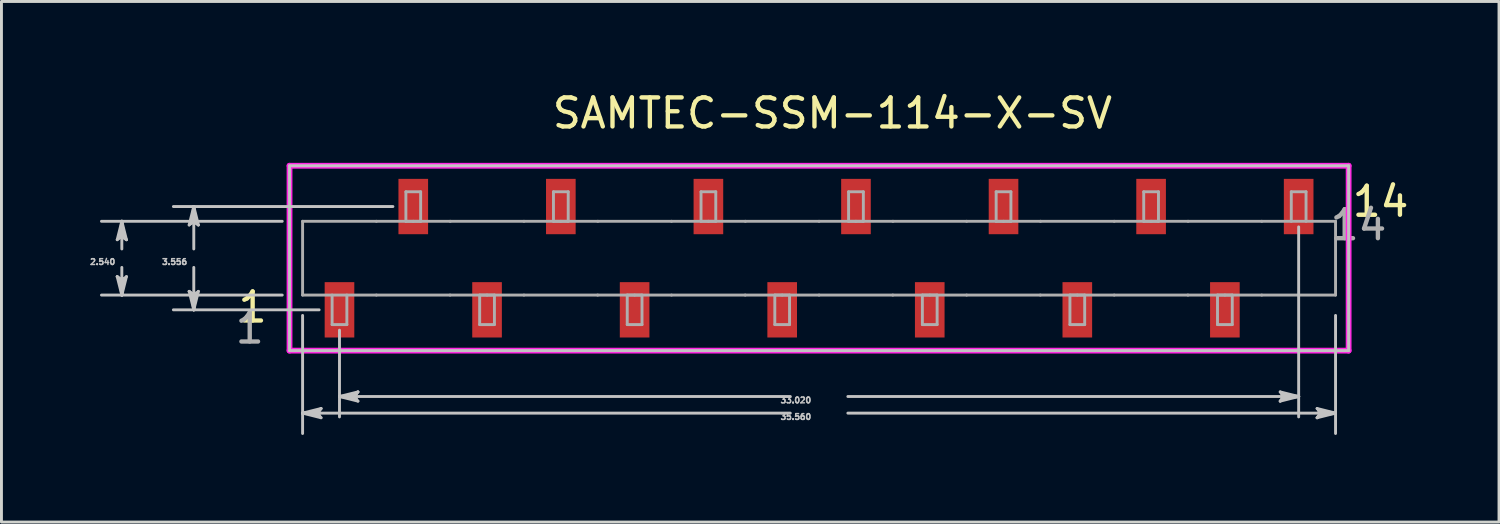
<source format=kicad_pcb>
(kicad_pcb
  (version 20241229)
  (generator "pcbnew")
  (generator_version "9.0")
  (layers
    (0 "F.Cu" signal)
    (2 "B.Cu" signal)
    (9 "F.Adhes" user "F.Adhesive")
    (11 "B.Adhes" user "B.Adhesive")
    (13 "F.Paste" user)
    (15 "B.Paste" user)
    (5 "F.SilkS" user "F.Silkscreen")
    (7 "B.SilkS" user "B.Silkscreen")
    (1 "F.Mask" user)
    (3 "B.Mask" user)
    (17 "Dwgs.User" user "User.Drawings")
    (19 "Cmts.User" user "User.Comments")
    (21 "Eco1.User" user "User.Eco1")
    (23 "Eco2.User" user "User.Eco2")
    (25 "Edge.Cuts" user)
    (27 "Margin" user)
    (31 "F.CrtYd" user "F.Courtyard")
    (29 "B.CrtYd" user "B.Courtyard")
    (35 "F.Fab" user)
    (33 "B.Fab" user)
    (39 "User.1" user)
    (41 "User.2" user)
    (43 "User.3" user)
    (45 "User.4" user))
  (footprint "SAMTEC-SSM-114-X-SV"
    (layer "F.Cu")
    (at 25.147 5.838)
    (property "Reference" "SAMTEC-SSM-114-X-SV" (at 0.46 -4.99 0) (layer "F.SilkS") (effects (font (size 1 1) (thickness 0.15))))
    (attr smd)
    (fp_poly (pts (xy -17.071 0.775) (xy -15.949 0.775) (xy -15.949 2.782) (xy -17.071 2.782)) (stroke (width 0.01) (type solid)) (fill yes) (layer "F.Mask"))
    (fp_poly (pts (xy -14.531 -2.781) (xy -13.409 -2.781) (xy -13.409 -0.774) (xy -14.531 -0.774)) (stroke (width 0.01) (type solid)) (fill yes) (layer "F.Mask"))
    (fp_poly (pts (xy -11.991 0.775) (xy -10.869 0.775) (xy -10.869 2.782) (xy -11.991 2.782)) (stroke (width 0.01) (type solid)) (fill yes) (layer "F.Mask"))
    (fp_poly (pts (xy -9.451 -2.781) (xy -8.329 -2.781) (xy -8.329 -0.774) (xy -9.451 -0.774)) (stroke (width 0.01) (type solid)) (fill yes) (layer "F.Mask"))
    (fp_poly (pts (xy -6.911 0.775) (xy -5.789 0.775) (xy -5.789 2.782) (xy -6.911 2.782)) (stroke (width 0.01) (type solid)) (fill yes) (layer "F.Mask"))
    (fp_poly (pts (xy -4.371 -2.781) (xy -3.249 -2.781) (xy -3.249 -0.774) (xy -4.371 -0.774)) (stroke (width 0.01) (type solid)) (fill yes) (layer "F.Mask"))
    (fp_poly (pts (xy -1.831 0.775) (xy -0.709 0.775) (xy -0.709 2.782) (xy -1.831 2.782)) (stroke (width 0.01) (type solid)) (fill yes) (layer "F.Mask"))
    (fp_poly (pts (xy 0.709 -2.781) (xy 1.831 -2.781) (xy 1.831 -0.774) (xy 0.709 -0.774)) (stroke (width 0.01) (type solid)) (fill yes) (layer "F.Mask"))
    (fp_poly (pts (xy 3.249 0.775) (xy 4.371 0.775) (xy 4.371 2.782) (xy 3.249 2.782)) (stroke (width 0.01) (type solid)) (fill yes) (layer "F.Mask"))
    (fp_poly (pts (xy 5.789 -2.781) (xy 6.911 -2.781) (xy 6.911 -0.774) (xy 5.789 -0.774)) (stroke (width 0.01) (type solid)) (fill yes) (layer "F.Mask"))
    (fp_poly (pts (xy 8.329 0.775) (xy 9.451 0.775) (xy 9.451 2.782) (xy 8.329 2.782)) (stroke (width 0.01) (type solid)) (fill yes) (layer "F.Mask"))
    (fp_poly (pts (xy 10.869 -2.781) (xy 11.991 -2.781) (xy 11.991 -0.774) (xy 10.869 -0.774)) (stroke (width 0.01) (type solid)) (fill yes) (layer "F.Mask"))
    (fp_poly (pts (xy 13.409 0.775) (xy 14.531 0.775) (xy 14.531 2.782) (xy 13.409 2.782)) (stroke (width 0.01) (type solid)) (fill yes) (layer "F.Mask"))
    (fp_poly (pts (xy 15.949 -2.781) (xy 17.071 -2.781) (xy 17.071 -0.774) (xy 15.949 -0.774)) (stroke (width 0.01) (type solid)) (fill yes) (layer "F.Mask"))
    (fp_poly (pts (xy -17.02 0.826) (xy -16 0.826) (xy -16 2.731) (xy -17.02 2.731)) (stroke (width 0.01) (type solid)) (fill yes) (layer "F.Paste"))
    (fp_poly (pts (xy -14.48 -2.73) (xy -13.46 -2.73) (xy -13.46 -0.825) (xy -14.48 -0.825)) (stroke (width 0.01) (type solid)) (fill yes) (layer "F.Paste"))
    (fp_poly (pts (xy -11.94 0.826) (xy -10.92 0.826) (xy -10.92 2.731) (xy -11.94 2.731)) (stroke (width 0.01) (type solid)) (fill yes) (layer "F.Paste"))
    (fp_poly (pts (xy -9.4 -2.73) (xy -8.38 -2.73) (xy -8.38 -0.825) (xy -9.4 -0.825)) (stroke (width 0.01) (type solid)) (fill yes) (layer "F.Paste"))
    (fp_poly (pts (xy -6.86 0.826) (xy -5.84 0.826) (xy -5.84 2.731) (xy -6.86 2.731)) (stroke (width 0.01) (type solid)) (fill yes) (layer "F.Paste"))
    (fp_poly (pts (xy -4.32 -2.73) (xy -3.3 -2.73) (xy -3.3 -0.825) (xy -4.32 -0.825)) (stroke (width 0.01) (type solid)) (fill yes) (layer "F.Paste"))
    (fp_poly (pts (xy -1.78 0.826) (xy -0.76 0.826) (xy -0.76 2.731) (xy -1.78 2.731)) (stroke (width 0.01) (type solid)) (fill yes) (layer "F.Paste"))
    (fp_poly (pts (xy 0.76 -2.73) (xy 1.78 -2.73) (xy 1.78 -0.825) (xy 0.76 -0.825)) (stroke (width 0.01) (type solid)) (fill yes) (layer "F.Paste"))
    (fp_poly (pts (xy 3.3 0.826) (xy 4.32 0.826) (xy 4.32 2.731) (xy 3.3 2.731)) (stroke (width 0.01) (type solid)) (fill yes) (layer "F.Paste"))
    (fp_poly (pts (xy 5.84 -2.73) (xy 6.86 -2.73) (xy 6.86 -0.825) (xy 5.84 -0.825)) (stroke (width 0.01) (type solid)) (fill yes) (layer "F.Paste"))
    (fp_poly (pts (xy 8.38 0.826) (xy 9.4 0.826) (xy 9.4 2.731) (xy 8.38 2.731)) (stroke (width 0.01) (type solid)) (fill yes) (layer "F.Paste"))
    (fp_poly (pts (xy 10.92 -2.73) (xy 11.94 -2.73) (xy 11.94 -0.825) (xy 10.92 -0.825)) (stroke (width 0.01) (type solid)) (fill yes) (layer "F.Paste"))
    (fp_poly (pts (xy 13.46 0.826) (xy 14.48 0.826) (xy 14.48 2.731) (xy 13.46 2.731)) (stroke (width 0.01) (type solid)) (fill yes) (layer "F.Paste"))
    (fp_poly (pts (xy 16 -2.73) (xy 17.02 -2.73) (xy 17.02 -0.825) (xy 16 -0.825)) (stroke (width 0.01) (type solid)) (fill yes) (layer "F.Paste"))
    (fp_line (start -24.162 -0.635) (end -24.003 -0.762) (stroke (width 0.1) (type solid)) (layer "Dwgs.User"))
    (fp_line (start -24.162 0.635) (end -24.003 1.27) (stroke (width 0.1) (type solid)) (layer "Dwgs.User"))
    (fp_line (start -24.082 -0.698) (end -24.003 -0.762) (stroke (width 0.1) (type solid)) (layer "Dwgs.User"))
    (fp_line (start -24.082 0.698) (end -24.162 0.635) (stroke (width 0.1) (type solid)) (layer "Dwgs.User"))
    (fp_line (start -24.003 -1.27) (end -24.162 -0.635) (stroke (width 0.1) (type solid)) (layer "Dwgs.User"))
    (fp_line (start -24.003 -1.27) (end -24.082 -0.698) (stroke (width 0.1) (type solid)) (layer "Dwgs.User"))
    (fp_line (start -24.003 -1.27) (end -23.924 -0.698) (stroke (width 0.1) (type solid)) (layer "Dwgs.User"))
    (fp_line (start -24.003 -0.762) (end -24.003 -1.27) (stroke (width 0.1) (type solid)) (layer "Dwgs.User"))
    (fp_line (start -24.003 -0.762) (end -23.844 -0.635) (stroke (width 0.1) (type solid)) (layer "Dwgs.User"))
    (fp_line (start -24.003 -0.318) (end -24.003 -1.27) (stroke (width 0.1) (type solid)) (layer "Dwgs.User"))
    (fp_line (start -24.003 0.318) (end -24.003 1.27) (stroke (width 0.1) (type solid)) (layer "Dwgs.User"))
    (fp_line (start -24.003 0.762) (end -24.162 0.635) (stroke (width 0.1) (type solid)) (layer "Dwgs.User"))
    (fp_line (start -24.003 0.762) (end -24.003 1.27) (stroke (width 0.1) (type solid)) (layer "Dwgs.User"))
    (fp_line (start -24.003 1.27) (end -24.082 0.698) (stroke (width 0.1) (type solid)) (layer "Dwgs.User"))
    (fp_line (start -24.003 1.27) (end -23.924 0.698) (stroke (width 0.1) (type solid)) (layer "Dwgs.User"))
    (fp_line (start -24.003 1.27) (end -23.844 0.635) (stroke (width 0.1) (type solid)) (layer "Dwgs.User"))
    (fp_line (start -23.924 -0.698) (end -23.844 -0.635) (stroke (width 0.1) (type solid)) (layer "Dwgs.User"))
    (fp_line (start -23.924 0.698) (end -24.003 0.762) (stroke (width 0.1) (type solid)) (layer "Dwgs.User"))
    (fp_line (start -23.844 -0.635) (end -24.003 -1.27) (stroke (width 0.1) (type solid)) (layer "Dwgs.User"))
    (fp_line (start -23.844 0.635) (end -24.003 0.762) (stroke (width 0.1) (type solid)) (layer "Dwgs.User"))
    (fp_line (start -21.685 -1.143) (end -21.526 -1.27) (stroke (width 0.1) (type solid)) (layer "Dwgs.User"))
    (fp_line (start -21.685 1.143) (end -21.526 1.778) (stroke (width 0.1) (type solid)) (layer "Dwgs.User"))
    (fp_line (start -21.606 -1.206) (end -21.526 -1.27) (stroke (width 0.1) (type solid)) (layer "Dwgs.User"))
    (fp_line (start -21.606 1.206) (end -21.685 1.143) (stroke (width 0.1) (type solid)) (layer "Dwgs.User"))
    (fp_line (start -21.526 -1.778) (end -21.685 -1.143) (stroke (width 0.1) (type solid)) (layer "Dwgs.User"))
    (fp_line (start -21.526 -1.778) (end -21.606 -1.206) (stroke (width 0.1) (type solid)) (layer "Dwgs.User"))
    (fp_line (start -21.526 -1.778) (end -21.447 -1.206) (stroke (width 0.1) (type solid)) (layer "Dwgs.User"))
    (fp_line (start -21.526 -1.27) (end -21.526 -1.778) (stroke (width 0.1) (type solid)) (layer "Dwgs.User"))
    (fp_line (start -21.526 -1.27) (end -21.368 -1.143) (stroke (width 0.1) (type solid)) (layer "Dwgs.User"))
    (fp_line (start -21.526 -0.318) (end -21.526 -1.778) (stroke (width 0.1) (type solid)) (layer "Dwgs.User"))
    (fp_line (start -21.526 0.318) (end -21.526 1.778) (stroke (width 0.1) (type solid)) (layer "Dwgs.User"))
    (fp_line (start -21.526 1.27) (end -21.685 1.143) (stroke (width 0.1) (type solid)) (layer "Dwgs.User"))
    (fp_line (start -21.526 1.27) (end -21.526 1.778) (stroke (width 0.1) (type solid)) (layer "Dwgs.User"))
    (fp_line (start -21.526 1.778) (end -21.606 1.206) (stroke (width 0.1) (type solid)) (layer "Dwgs.User"))
    (fp_line (start -21.526 1.778) (end -21.447 1.206) (stroke (width 0.1) (type solid)) (layer "Dwgs.User"))
    (fp_line (start -21.526 1.778) (end -21.368 1.143) (stroke (width 0.1) (type solid)) (layer "Dwgs.User"))
    (fp_line (start -21.447 -1.206) (end -21.368 -1.143) (stroke (width 0.1) (type solid)) (layer "Dwgs.User"))
    (fp_line (start -21.447 1.206) (end -21.526 1.27) (stroke (width 0.1) (type solid)) (layer "Dwgs.User"))
    (fp_line (start -21.368 -1.143) (end -21.526 -1.778) (stroke (width 0.1) (type solid)) (layer "Dwgs.User"))
    (fp_line (start -21.368 1.143) (end -21.526 1.27) (stroke (width 0.1) (type solid)) (layer "Dwgs.User"))
    (fp_line (start -18.481 -1.27) (end -24.704 -1.27) (stroke (width 0.1) (type solid)) (layer "Dwgs.User"))
    (fp_line (start -18.481 1.27) (end -24.704 1.27) (stroke (width 0.1) (type solid)) (layer "Dwgs.User"))
    (fp_line (start -18.23 -3.182) (end -18.23 3.182) (stroke (width 0.1) (type solid)) (layer "Dwgs.User"))
    (fp_line (start -18.23 3.182) (end 18.23 3.182) (stroke (width 0.1) (type solid)) (layer "Dwgs.User"))
    (fp_line (start -17.78 1.971) (end -17.78 6.035) (stroke (width 0.1) (type solid)) (layer "Dwgs.User"))
    (fp_line (start -17.78 5.334) (end -17.208 5.255) (stroke (width 0.1) (type solid)) (layer "Dwgs.User"))
    (fp_line (start -17.78 5.334) (end -17.208 5.413) (stroke (width 0.1) (type solid)) (layer "Dwgs.User"))
    (fp_line (start -17.78 5.334) (end -17.145 5.493) (stroke (width 0.1) (type solid)) (layer "Dwgs.User"))
    (fp_line (start -17.272 5.334) (end -17.78 5.334) (stroke (width 0.1) (type solid)) (layer "Dwgs.User"))
    (fp_line (start -17.272 5.334) (end -17.145 5.175) (stroke (width 0.1) (type solid)) (layer "Dwgs.User"))
    (fp_line (start -17.211 1.778) (end -22.228 1.778) (stroke (width 0.1) (type solid)) (layer "Dwgs.User"))
    (fp_line (start -17.208 5.255) (end -17.145 5.175) (stroke (width 0.1) (type solid)) (layer "Dwgs.User"))
    (fp_line (start -17.208 5.413) (end -17.272 5.334) (stroke (width 0.1) (type solid)) (layer "Dwgs.User"))
    (fp_line (start -17.145 5.175) (end -17.78 5.334) (stroke (width 0.1) (type solid)) (layer "Dwgs.User"))
    (fp_line (start -17.145 5.493) (end -17.272 5.334) (stroke (width 0.1) (type solid)) (layer "Dwgs.User"))
    (fp_line (start -16.51 2.479) (end -16.51 5.464) (stroke (width 0.1) (type solid)) (layer "Dwgs.User"))
    (fp_line (start -16.51 4.762) (end -15.938 4.683) (stroke (width 0.1) (type solid)) (layer "Dwgs.User"))
    (fp_line (start -16.51 4.762) (end -15.938 4.842) (stroke (width 0.1) (type solid)) (layer "Dwgs.User"))
    (fp_line (start -16.51 4.762) (end -15.875 4.921) (stroke (width 0.1) (type solid)) (layer "Dwgs.User"))
    (fp_line (start -16.002 4.762) (end -16.51 4.762) (stroke (width 0.1) (type solid)) (layer "Dwgs.User"))
    (fp_line (start -16.002 4.762) (end -15.875 4.604) (stroke (width 0.1) (type solid)) (layer "Dwgs.User"))
    (fp_line (start -15.938 4.683) (end -15.875 4.604) (stroke (width 0.1) (type solid)) (layer "Dwgs.User"))
    (fp_line (start -15.938 4.842) (end -16.002 4.762) (stroke (width 0.1) (type solid)) (layer "Dwgs.User"))
    (fp_line (start -15.875 4.604) (end -16.51 4.762) (stroke (width 0.1) (type solid)) (layer "Dwgs.User"))
    (fp_line (start -15.875 4.921) (end -16.002 4.762) (stroke (width 0.1) (type solid)) (layer "Dwgs.User"))
    (fp_line (start -14.671 -1.778) (end -22.228 -1.778) (stroke (width 0.1) (type solid)) (layer "Dwgs.User"))
    (fp_line (start -0.991 4.762) (end -16.51 4.762) (stroke (width 0.1) (type solid)) (layer "Dwgs.User"))
    (fp_line (start -0.991 5.334) (end -17.78 5.334) (stroke (width 0.1) (type solid)) (layer "Dwgs.User"))
    (fp_line (start 0.991 4.762) (end 16.51 4.762) (stroke (width 0.1) (type solid)) (layer "Dwgs.User"))
    (fp_line (start 0.991 5.334) (end 17.78 5.334) (stroke (width 0.1) (type solid)) (layer "Dwgs.User"))
    (fp_line (start 15.875 4.604) (end 16.002 4.762) (stroke (width 0.1) (type solid)) (layer "Dwgs.User"))
    (fp_line (start 15.875 4.921) (end 16.51 4.762) (stroke (width 0.1) (type solid)) (layer "Dwgs.User"))
    (fp_line (start 15.938 4.683) (end 16.002 4.762) (stroke (width 0.1) (type solid)) (layer "Dwgs.User"))
    (fp_line (start 15.938 4.842) (end 15.875 4.921) (stroke (width 0.1) (type solid)) (layer "Dwgs.User"))
    (fp_line (start 16.002 4.762) (end 15.875 4.921) (stroke (width 0.1) (type solid)) (layer "Dwgs.User"))
    (fp_line (start 16.002 4.762) (end 16.51 4.762) (stroke (width 0.1) (type solid)) (layer "Dwgs.User"))
    (fp_line (start 16.51 -1.077) (end 16.51 5.464) (stroke (width 0.1) (type solid)) (layer "Dwgs.User"))
    (fp_line (start 16.51 4.762) (end 15.875 4.604) (stroke (width 0.1) (type solid)) (layer "Dwgs.User"))
    (fp_line (start 16.51 4.762) (end 15.938 4.683) (stroke (width 0.1) (type solid)) (layer "Dwgs.User"))
    (fp_line (start 16.51 4.762) (end 15.938 4.842) (stroke (width 0.1) (type solid)) (layer "Dwgs.User"))
    (fp_line (start 17.145 5.175) (end 17.272 5.334) (stroke (width 0.1) (type solid)) (layer "Dwgs.User"))
    (fp_line (start 17.145 5.493) (end 17.78 5.334) (stroke (width 0.1) (type solid)) (layer "Dwgs.User"))
    (fp_line (start 17.208 5.255) (end 17.272 5.334) (stroke (width 0.1) (type solid)) (layer "Dwgs.User"))
    (fp_line (start 17.208 5.413) (end 17.145 5.493) (stroke (width 0.1) (type solid)) (layer "Dwgs.User"))
    (fp_line (start 17.272 5.334) (end 17.145 5.493) (stroke (width 0.1) (type solid)) (layer "Dwgs.User"))
    (fp_line (start 17.272 5.334) (end 17.78 5.334) (stroke (width 0.1) (type solid)) (layer "Dwgs.User"))
    (fp_line (start 17.78 1.971) (end 17.78 6.035) (stroke (width 0.1) (type solid)) (layer "Dwgs.User"))
    (fp_line (start 17.78 5.334) (end 17.145 5.175) (stroke (width 0.1) (type solid)) (layer "Dwgs.User"))
    (fp_line (start 17.78 5.334) (end 17.208 5.255) (stroke (width 0.1) (type solid)) (layer "Dwgs.User"))
    (fp_line (start 17.78 5.334) (end 17.208 5.413) (stroke (width 0.1) (type solid)) (layer "Dwgs.User"))
    (fp_line (start 18.23 -3.182) (end -18.23 -3.182) (stroke (width 0.1) (type solid)) (layer "Dwgs.User"))
    (fp_line (start 18.23 3.182) (end 18.23 -3.182) (stroke (width 0.1) (type solid)) (layer "Dwgs.User"))
    (fp_line (start -18.23 -3.182) (end -18.23 3.182) (stroke (width 0.2) (type solid)) (layer "F.CrtYd"))
    (fp_line (start -18.23 3.182) (end 18.23 3.182) (stroke (width 0.2) (type solid)) (layer "F.CrtYd"))
    (fp_line (start 18.23 -3.182) (end -18.23 -3.182) (stroke (width 0.2) (type solid)) (layer "F.CrtYd"))
    (fp_line (start 18.23 3.182) (end 18.23 -3.182) (stroke (width 0.2) (type solid)) (layer "F.CrtYd"))
    (fp_line (start -17.78 -1.27) (end -15.24 -1.27) (stroke (width 0.1) (type solid)) (layer "F.Fab"))
    (fp_line (start -17.78 1.27) (end -17.78 -1.27) (stroke (width 0.1) (type solid)) (layer "F.Fab"))
    (fp_line (start -16.764 1.27) (end -16.764 2.286) (stroke (width 0.1) (type solid)) (layer "F.Fab"))
    (fp_line (start -16.764 2.286) (end -16.256 2.286) (stroke (width 0.1) (type solid)) (layer "F.Fab"))
    (fp_line (start -16.256 2.286) (end -16.256 1.27) (stroke (width 0.1) (type solid)) (layer "F.Fab"))
    (fp_line (start -15.24 -1.27) (end -12.695 -1.27) (stroke (width 0.1) (type solid)) (layer "F.Fab"))
    (fp_line (start -15.24 1.27) (end -17.78 1.27) (stroke (width 0.1) (type solid)) (layer "F.Fab"))
    (fp_line (start -15.24 1.27) (end -12.7 1.27) (stroke (width 0.1) (type solid)) (layer "F.Fab"))
    (fp_line (start -14.224 -2.286) (end -14.224 -1.27) (stroke (width 0.1) (type solid)) (layer "F.Fab"))
    (fp_line (start -14.224 -1.27) (end -13.97 -1.27) (stroke (width 0.1) (type solid)) (layer "F.Fab"))
    (fp_line (start -13.97 -1.27) (end -13.716 -1.27) (stroke (width 0.1) (type solid)) (layer "F.Fab"))
    (fp_line (start -13.716 -2.286) (end -14.224 -2.286) (stroke (width 0.1) (type solid)) (layer "F.Fab"))
    (fp_line (start -13.716 -1.27) (end -13.716 -2.286) (stroke (width 0.1) (type solid)) (layer "F.Fab"))
    (fp_line (start -11.684 1.27) (end -11.684 2.286) (stroke (width 0.1) (type solid)) (layer "F.Fab"))
    (fp_line (start -11.684 2.286) (end -11.176 2.286) (stroke (width 0.1) (type solid)) (layer "F.Fab"))
    (fp_line (start -11.43 1.27) (end -11.684 1.27) (stroke (width 0.1) (type solid)) (layer "F.Fab"))
    (fp_line (start -11.176 1.27) (end -11.43 1.27) (stroke (width 0.1) (type solid)) (layer "F.Fab"))
    (fp_line (start -11.176 2.286) (end -11.176 1.27) (stroke (width 0.1) (type solid)) (layer "F.Fab"))
    (fp_line (start -10.16 -1.27) (end -12.7 -1.27) (stroke (width 0.1) (type solid)) (layer "F.Fab"))
    (fp_line (start -10.16 -1.27) (end -7.615 -1.27) (stroke (width 0.1) (type solid)) (layer "F.Fab"))
    (fp_line (start -10.16 1.27) (end -12.705 1.27) (stroke (width 0.1) (type solid)) (layer "F.Fab"))
    (fp_line (start -10.16 1.27) (end -7.62 1.27) (stroke (width 0.1) (type solid)) (layer "F.Fab"))
    (fp_line (start -9.144 -2.286) (end -9.144 -1.27) (stroke (width 0.1) (type solid)) (layer "F.Fab"))
    (fp_line (start -9.144 -1.27) (end -8.89 -1.27) (stroke (width 0.1) (type solid)) (layer "F.Fab"))
    (fp_line (start -8.89 -1.27) (end -8.636 -1.27) (stroke (width 0.1) (type solid)) (layer "F.Fab"))
    (fp_line (start -8.636 -2.286) (end -9.144 -2.286) (stroke (width 0.1) (type solid)) (layer "F.Fab"))
    (fp_line (start -8.636 -1.27) (end -8.636 -2.286) (stroke (width 0.1) (type solid)) (layer "F.Fab"))
    (fp_line (start -6.604 1.27) (end -6.604 2.286) (stroke (width 0.1) (type solid)) (layer "F.Fab"))
    (fp_line (start -6.604 2.286) (end -6.096 2.286) (stroke (width 0.1) (type solid)) (layer "F.Fab"))
    (fp_line (start -6.35 1.27) (end -6.604 1.27) (stroke (width 0.1) (type solid)) (layer "F.Fab"))
    (fp_line (start -6.096 1.27) (end -6.35 1.27) (stroke (width 0.1) (type solid)) (layer "F.Fab"))
    (fp_line (start -6.096 2.286) (end -6.096 1.27) (stroke (width 0.1) (type solid)) (layer "F.Fab"))
    (fp_line (start -5.08 -1.27) (end -7.62 -1.27) (stroke (width 0.1) (type solid)) (layer "F.Fab"))
    (fp_line (start -5.08 -1.27) (end -2.535 -1.27) (stroke (width 0.1) (type solid)) (layer "F.Fab"))
    (fp_line (start -5.08 1.27) (end -7.625 1.27) (stroke (width 0.1) (type solid)) (layer "F.Fab"))
    (fp_line (start -5.08 1.27) (end -2.54 1.27) (stroke (width 0.1) (type solid)) (layer "F.Fab"))
    (fp_line (start -4.064 -2.286) (end -4.064 -1.27) (stroke (width 0.1) (type solid)) (layer "F.Fab"))
    (fp_line (start -4.064 -1.27) (end -3.81 -1.27) (stroke (width 0.1) (type solid)) (layer "F.Fab"))
    (fp_line (start -3.81 -1.27) (end -3.556 -1.27) (stroke (width 0.1) (type solid)) (layer "F.Fab"))
    (fp_line (start -3.556 -2.286) (end -4.064 -2.286) (stroke (width 0.1) (type solid)) (layer "F.Fab"))
    (fp_line (start -3.556 -1.27) (end -3.556 -2.286) (stroke (width 0.1) (type solid)) (layer "F.Fab"))
    (fp_line (start -1.524 1.27) (end -1.524 2.286) (stroke (width 0.1) (type solid)) (layer "F.Fab"))
    (fp_line (start -1.524 2.286) (end -1.016 2.286) (stroke (width 0.1) (type solid)) (layer "F.Fab"))
    (fp_line (start -1.27 1.27) (end -1.524 1.27) (stroke (width 0.1) (type solid)) (layer "F.Fab"))
    (fp_line (start -1.016 1.27) (end -1.27 1.27) (stroke (width 0.1) (type solid)) (layer "F.Fab"))
    (fp_line (start -1.016 2.286) (end -1.016 1.27) (stroke (width 0.1) (type solid)) (layer "F.Fab"))
    (fp_line (start 0 -1.27) (end -2.54 -1.27) (stroke (width 0.1) (type solid)) (layer "F.Fab"))
    (fp_line (start 0 -1.27) (end 2.545 -1.27) (stroke (width 0.1) (type solid)) (layer "F.Fab"))
    (fp_line (start 0 1.27) (end -2.545 1.27) (stroke (width 0.1) (type solid)) (layer "F.Fab"))
    (fp_line (start 0 1.27) (end 2.54 1.27) (stroke (width 0.1) (type solid)) (layer "F.Fab"))
    (fp_line (start 1.016 -2.286) (end 1.016 -1.27) (stroke (width 0.1) (type solid)) (layer "F.Fab"))
    (fp_line (start 1.016 -1.27) (end 1.27 -1.27) (stroke (width 0.1) (type solid)) (layer "F.Fab"))
    (fp_line (start 1.27 -1.27) (end 1.524 -1.27) (stroke (width 0.1) (type solid)) (layer "F.Fab"))
    (fp_line (start 1.524 -2.286) (end 1.016 -2.286) (stroke (width 0.1) (type solid)) (layer "F.Fab"))
    (fp_line (start 1.524 -1.27) (end 1.524 -2.286) (stroke (width 0.1) (type solid)) (layer "F.Fab"))
    (fp_line (start 3.556 1.27) (end 3.556 2.286) (stroke (width 0.1) (type solid)) (layer "F.Fab"))
    (fp_line (start 3.556 2.286) (end 4.064 2.286) (stroke (width 0.1) (type solid)) (layer "F.Fab"))
    (fp_line (start 3.81 1.27) (end 3.556 1.27) (stroke (width 0.1) (type solid)) (layer "F.Fab"))
    (fp_line (start 4.064 1.27) (end 3.81 1.27) (stroke (width 0.1) (type solid)) (layer "F.Fab"))
    (fp_line (start 4.064 2.286) (end 4.064 1.27) (stroke (width 0.1) (type solid)) (layer "F.Fab"))
    (fp_line (start 5.08 -1.27) (end 2.54 -1.27) (stroke (width 0.1) (type solid)) (layer "F.Fab"))
    (fp_line (start 5.08 -1.27) (end 7.625 -1.27) (stroke (width 0.1) (type solid)) (layer "F.Fab"))
    (fp_line (start 5.08 1.27) (end 2.535 1.27) (stroke (width 0.1) (type solid)) (layer "F.Fab"))
    (fp_line (start 5.08 1.27) (end 7.62 1.27) (stroke (width 0.1) (type solid)) (layer "F.Fab"))
    (fp_line (start 6.096 -2.286) (end 6.096 -1.27) (stroke (width 0.1) (type solid)) (layer "F.Fab"))
    (fp_line (start 6.096 -1.27) (end 6.35 -1.27) (stroke (width 0.1) (type solid)) (layer "F.Fab"))
    (fp_line (start 6.35 -1.27) (end 6.604 -1.27) (stroke (width 0.1) (type solid)) (layer "F.Fab"))
    (fp_line (start 6.604 -2.286) (end 6.096 -2.286) (stroke (width 0.1) (type solid)) (layer "F.Fab"))
    (fp_line (start 6.604 -1.27) (end 6.604 -2.286) (stroke (width 0.1) (type solid)) (layer "F.Fab"))
    (fp_line (start 8.636 1.27) (end 8.636 2.286) (stroke (width 0.1) (type solid)) (layer "F.Fab"))
    (fp_line (start 8.636 2.286) (end 9.144 2.286) (stroke (width 0.1) (type solid)) (layer "F.Fab"))
    (fp_line (start 8.89 1.27) (end 8.636 1.27) (stroke (width 0.1) (type solid)) (layer "F.Fab"))
    (fp_line (start 9.144 1.27) (end 8.89 1.27) (stroke (width 0.1) (type solid)) (layer "F.Fab"))
    (fp_line (start 9.144 2.286) (end 9.144 1.27) (stroke (width 0.1) (type solid)) (layer "F.Fab"))
    (fp_line (start 10.16 -1.27) (end 7.62 -1.27) (stroke (width 0.1) (type solid)) (layer "F.Fab"))
    (fp_line (start 10.16 -1.27) (end 12.705 -1.27) (stroke (width 0.1) (type solid)) (layer "F.Fab"))
    (fp_line (start 10.16 1.27) (end 7.615 1.27) (stroke (width 0.1) (type solid)) (layer "F.Fab"))
    (fp_line (start 10.16 1.27) (end 12.7 1.27) (stroke (width 0.1) (type solid)) (layer "F.Fab"))
    (fp_line (start 11.176 -2.286) (end 11.176 -1.27) (stroke (width 0.1) (type solid)) (layer "F.Fab"))
    (fp_line (start 11.176 -1.27) (end 11.43 -1.27) (stroke (width 0.1) (type solid)) (layer "F.Fab"))
    (fp_line (start 11.43 -1.27) (end 11.684 -1.27) (stroke (width 0.1) (type solid)) (layer "F.Fab"))
    (fp_line (start 11.684 -2.286) (end 11.176 -2.286) (stroke (width 0.1) (type solid)) (layer "F.Fab"))
    (fp_line (start 11.684 -1.27) (end 11.684 -2.286) (stroke (width 0.1) (type solid)) (layer "F.Fab"))
    (fp_line (start 13.716 1.27) (end 13.716 2.286) (stroke (width 0.1) (type solid)) (layer "F.Fab"))
    (fp_line (start 13.716 2.286) (end 14.224 2.286) (stroke (width 0.1) (type solid)) (layer "F.Fab"))
    (fp_line (start 13.97 1.27) (end 13.716 1.27) (stroke (width 0.1) (type solid)) (layer "F.Fab"))
    (fp_line (start 14.224 1.27) (end 13.97 1.27) (stroke (width 0.1) (type solid)) (layer "F.Fab"))
    (fp_line (start 14.224 2.286) (end 14.224 1.27) (stroke (width 0.1) (type solid)) (layer "F.Fab"))
    (fp_line (start 15.24 -1.27) (end 12.7 -1.27) (stroke (width 0.1) (type solid)) (layer "F.Fab"))
    (fp_line (start 15.24 -1.27) (end 17.78 -1.27) (stroke (width 0.1) (type solid)) (layer "F.Fab"))
    (fp_line (start 15.24 1.27) (end 12.695 1.27) (stroke (width 0.1) (type solid)) (layer "F.Fab"))
    (fp_line (start 16.256 -2.286) (end 16.256 -1.27) (stroke (width 0.1) (type solid)) (layer "F.Fab"))
    (fp_line (start 16.764 -2.286) (end 16.256 -2.286) (stroke (width 0.1) (type solid)) (layer "F.Fab"))
    (fp_line (start 16.764 -1.27) (end 16.764 -2.286) (stroke (width 0.1) (type solid)) (layer "F.Fab"))
    (fp_line (start 17.78 -1.27) (end 17.78 1.27) (stroke (width 0.1) (type solid)) (layer "F.Fab"))
    (fp_line (start 17.78 1.27) (end 15.24 1.27) (stroke (width 0.1) (type solid)) (layer "F.Fab"))
    (fp_text user "1" (at -19.5 1.69 0) (layer "F.SilkS") (effects (font (size 1 1) (thickness 0.15))))
    (fp_text user "14" (at 19.33 -1.95 0) (layer "F.SilkS") (effects (font (size 1 1) (thickness 0.15))))
    (fp_text user "35.560" (at -0.8 5.461 0) (layer "Dwgs.User") (effects (font (size 0.2 0.2) (thickness 0.15))))
    (fp_text user "3.556" (at -22.187 0.127 0) (layer "Dwgs.User") (effects (font (size 0.2 0.2) (thickness 0.15))))
    (fp_text user "33.020" (at -0.8 4.89 0) (layer "Dwgs.User") (effects (font (size 0.2 0.2) (thickness 0.15))))
    (fp_text user "2.540" (at -24.663 0.127 0) (layer "Dwgs.User") (effects (font (size 0.2 0.2) (thickness 0.15))))
    (fp_text user "1" (at -19.6 2.413 0) (layer "F.Fab") (effects (font (size 1 1) (thickness 0.15))))
    (fp_text user "14" (at 18.571 -1.143 0) (layer "F.Fab") (effects (font (size 1 1) (thickness 0.15))))
    (pad "01" smd rect (at -16.51 1.778) (size 1.02 1.905) (layers "F.Cu" "F.Paste"))
    (pad "02" smd rect (at -13.97 -1.778) (size 1.02 1.905) (layers "F.Cu" "F.Paste"))
    (pad "03" smd rect (at -11.43 1.778) (size 1.02 1.905) (layers "F.Cu" "F.Paste"))
    (pad "04" smd rect (at -8.89 -1.778) (size 1.02 1.905) (layers "F.Cu" "F.Paste"))
    (pad "05" smd rect (at -6.35 1.778) (size 1.02 1.905) (layers "F.Cu" "F.Paste"))
    (pad "06" smd rect (at -3.81 -1.778) (size 1.02 1.905) (layers "F.Cu" "F.Paste"))
    (pad "07" smd rect (at -1.27 1.778) (size 1.02 1.905) (layers "F.Cu" "F.Paste"))
    (pad "08" smd rect (at 1.27 -1.778) (size 1.02 1.905) (layers "F.Cu" "F.Paste"))
    (pad "09" smd rect (at 3.81 1.778) (size 1.02 1.905) (layers "F.Cu" "F.Paste"))
    (pad "10" smd rect (at 6.35 -1.778) (size 1.02 1.905) (layers "F.Cu" "F.Paste"))
    (pad "11" smd rect (at 8.89 1.778) (size 1.02 1.905) (layers "F.Cu" "F.Paste"))
    (pad "12" smd rect (at 11.43 -1.778) (size 1.02 1.905) (layers "F.Cu" "F.Paste"))
    (pad "13" smd rect (at 13.97 1.778) (size 1.02 1.905) (layers "F.Cu" "F.Paste"))
    (pad "14" smd rect (at 16.51 -1.778) (size 1.02 1.905) (layers "F.Cu" "F.Paste")))
  (gr_rect
    (start -3 -3)
    (end 48.554 14.923)
    (stroke (width 0.1) (type default))
    (fill no)
    (layer "Edge.Cuts")))
</source>
